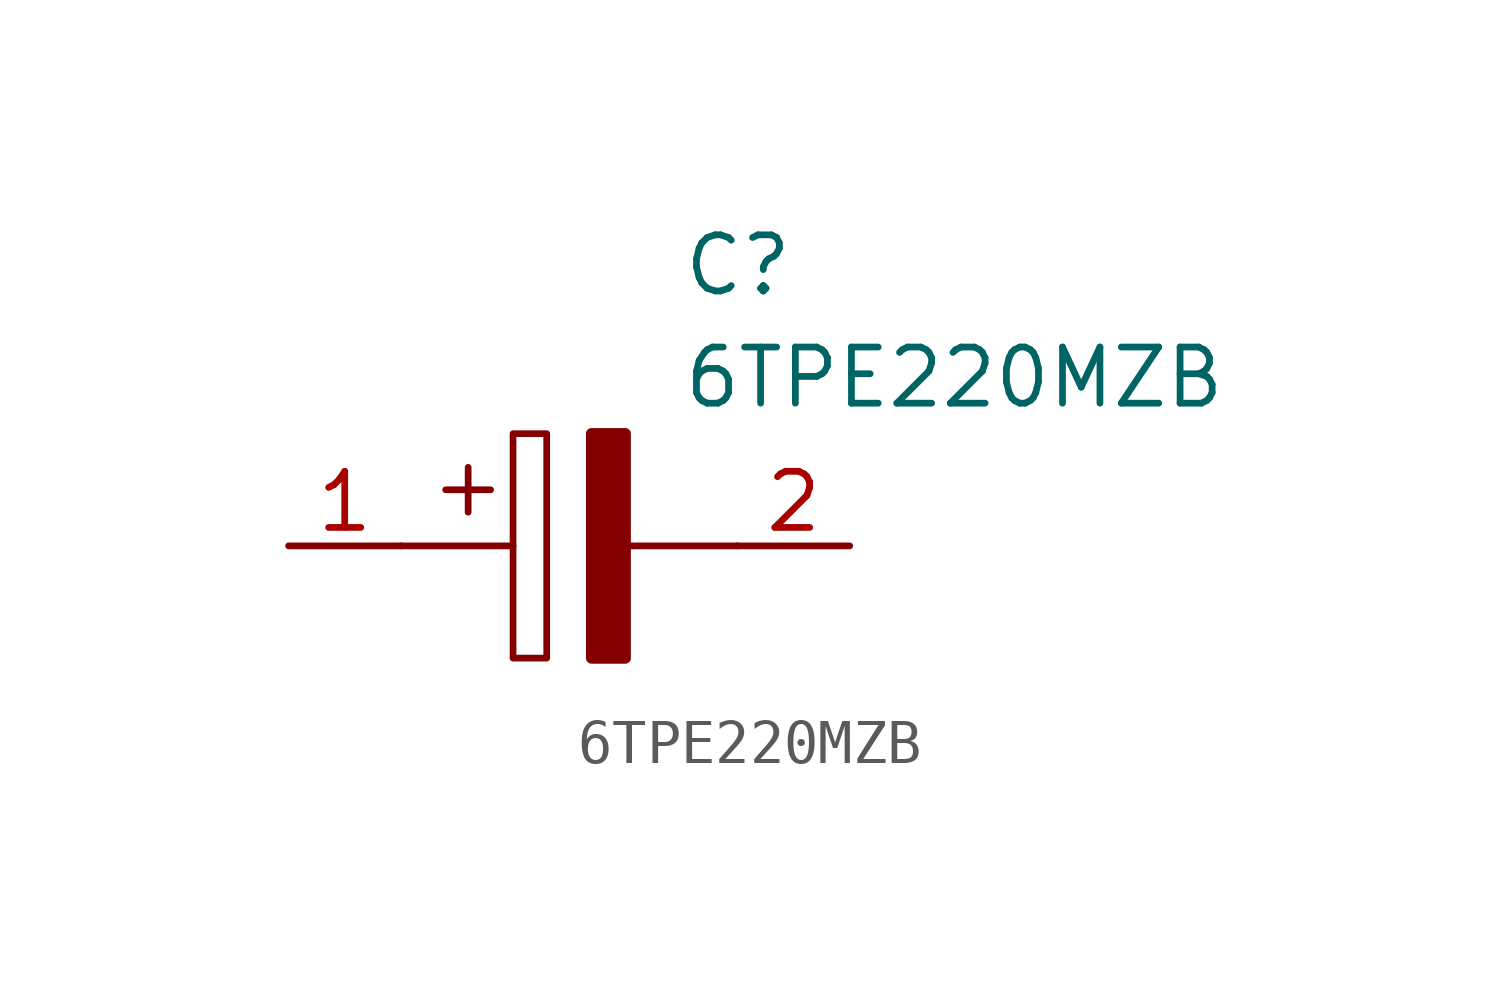
<source format=kicad_sym>
(kicad_symbol_lib
  (version 20211014)
  (generator kicad_symbol_editor)
  (symbol "6TPE220MZB"
    (pin_names
      (offset 0.762))
    (property "Reference" "C"
      (at 8.89 6.35 0)
      (effects (font (size 1.27 1.27)) (justify left)))
    (property "Value" "6TPE220MZB"
      (at 8.89 3.81 0)
      (effects (font (size 1.27 1.27)) (justify left)))
    (symbol "6TPE220MZB_0_0"
      (pin passive line (at 0 0 0) (length 2.54) (name "~" (effects (font (size 1.27 1.27)))) (number "1" (effects (font (size 1.27 1.27)))))
      (pin passive line (at 12.7 0 180) (length 2.54) (name "~" (effects (font (size 1.27 1.27)))) (number "2" (effects (font (size 1.27 1.27))))))
    (symbol "6TPE220MZB_0_1"
      (polyline (pts (xy 2.54 0) (xy 5.08 0)) (stroke (width 0.152) (type default) (color 0 0 0 0)) (fill (type none)))
      (polyline (pts (xy 4.064 1.778) (xy 4.064 0.762)) (stroke (width 0.152) (type default) (color 0 0 0 0)) (fill (type none)))
      (polyline (pts (xy 4.572 1.27) (xy 3.556 1.27)) (stroke (width 0.152) (type default) (color 0 0 0 0)) (fill (type none)))
      (polyline (pts (xy 7.62 0) (xy 10.16 0)) (stroke (width 0.152) (type default) (color 0 0 0 0)) (fill (type none)))
      (polyline (pts (xy 5.08 2.54) (xy 5.08 -2.54) (xy 5.842 -2.54) (xy 5.842 2.54) (xy 5.08 2.54)) (stroke (width 0.152) (type default) (color 0 0 0 0)) (fill (type none)))
      (polyline (pts (xy 7.62 2.54) (xy 7.62 -2.54) (xy 6.858 -2.54) (xy 6.858 2.54) (xy 7.62 2.54)) (stroke (width 0.254) (type default) (color 0 0 0 0)) (fill (type outline))))))
</source>
